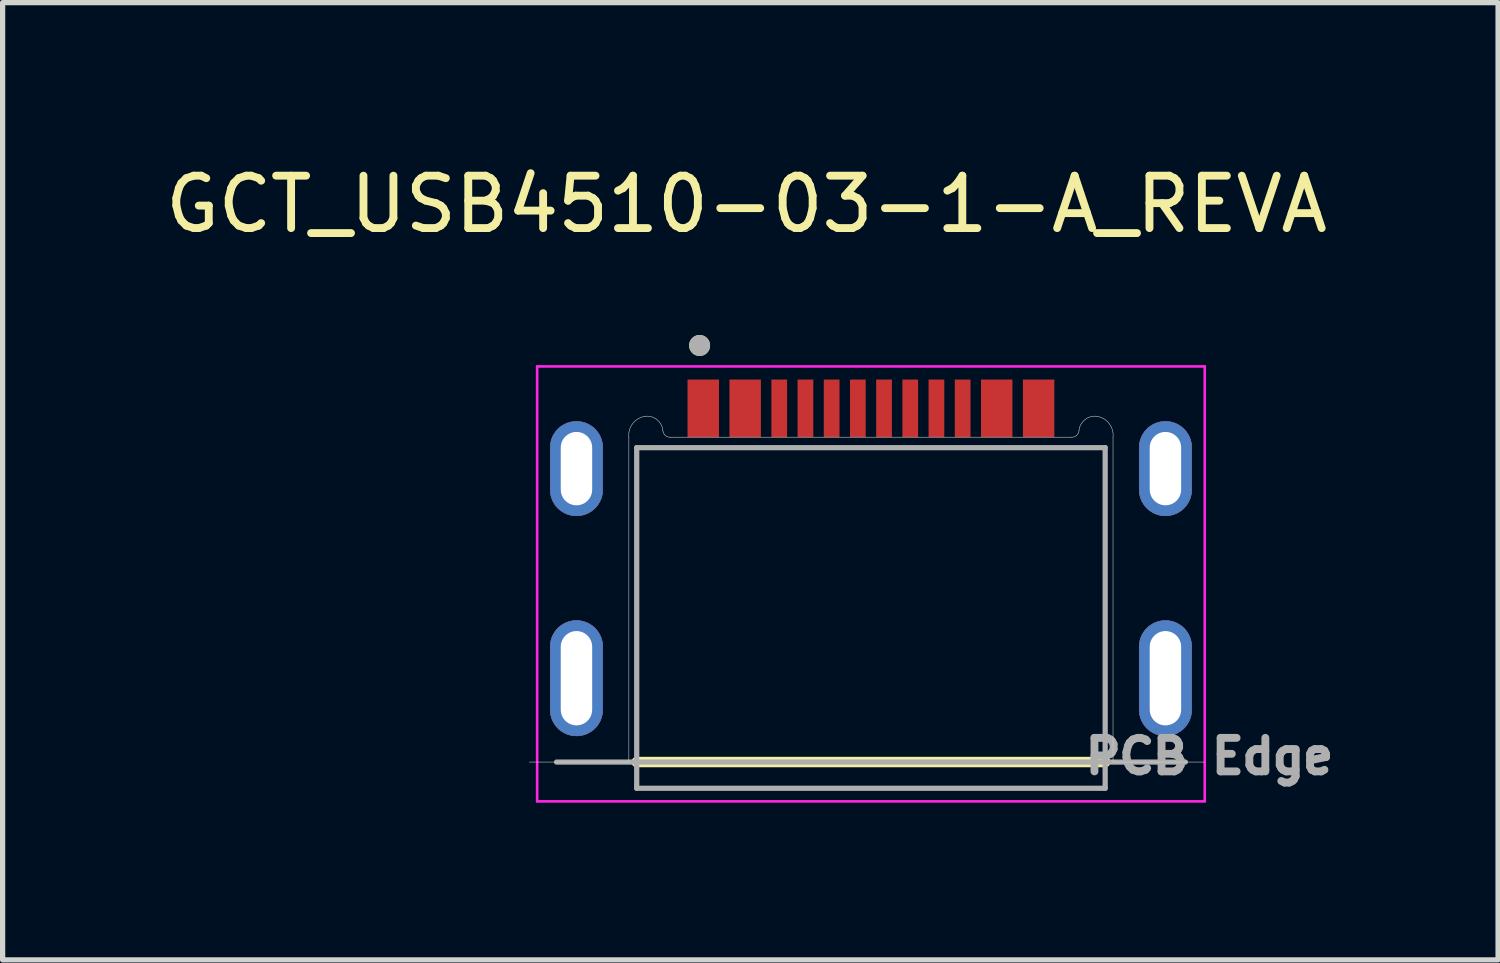
<source format=kicad_pcb>
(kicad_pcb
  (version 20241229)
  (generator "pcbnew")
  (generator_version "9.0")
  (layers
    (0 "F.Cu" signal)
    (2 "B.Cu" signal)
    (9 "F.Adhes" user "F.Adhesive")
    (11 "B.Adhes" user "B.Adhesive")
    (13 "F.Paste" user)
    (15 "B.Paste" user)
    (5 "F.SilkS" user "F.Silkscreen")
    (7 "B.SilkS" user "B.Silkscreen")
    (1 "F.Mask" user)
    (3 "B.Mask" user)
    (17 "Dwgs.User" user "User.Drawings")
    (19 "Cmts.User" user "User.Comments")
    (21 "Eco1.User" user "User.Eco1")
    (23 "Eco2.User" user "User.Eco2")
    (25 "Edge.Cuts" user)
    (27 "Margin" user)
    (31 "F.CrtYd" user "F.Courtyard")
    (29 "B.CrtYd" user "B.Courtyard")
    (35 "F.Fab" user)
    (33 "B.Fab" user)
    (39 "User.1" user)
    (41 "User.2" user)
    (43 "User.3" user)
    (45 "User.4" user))
  (footprint "GCT_USB4510-03-1-A_REVA"
    (layer "F.Cu")
    (at 13.571 9.893)
    (property "Reference" "GCT_USB4510-03-1-A_REVA" (at -2.375 -9.045 0) (layer "F.SilkS") (effects (font (size 1 1) (thickness 0.15))))
    (attr through_hole)
    (fp_poly (pts (xy -5.62 -3.1) (xy -5.646 -3.101) (xy -5.672 -3.103) (xy -5.698 -3.106) (xy -5.724 -3.111) (xy -5.749 -3.117) (xy -5.775 -3.124) (xy -5.799 -3.133) (xy -5.823 -3.143) (xy -5.847 -3.154) (xy -5.87 -3.167) (xy -5.892 -3.181) (xy -5.914 -3.195) (xy -5.935 -3.211) (xy -5.955 -3.228) (xy -5.974 -3.246) (xy -5.992 -3.265) (xy -6.009 -3.285) (xy -6.025 -3.306) (xy -6.039 -3.328) (xy -6.053 -3.35) (xy -6.066 -3.373) (xy -6.077 -3.397) (xy -6.087 -3.421) (xy -6.096 -3.445) (xy -6.103 -3.471) (xy -6.109 -3.496) (xy -6.114 -3.522) (xy -6.117 -3.548) (xy -6.119 -3.574) (xy -6.12 -3.6) (xy -6.12 -4.4) (xy -6.119 -4.426) (xy -6.117 -4.452) (xy -6.114 -4.478) (xy -6.109 -4.504) (xy -6.103 -4.529) (xy -6.096 -4.555) (xy -6.087 -4.579) (xy -6.077 -4.603) (xy -6.066 -4.627) (xy -6.053 -4.65) (xy -6.039 -4.672) (xy -6.025 -4.694) (xy -6.009 -4.715) (xy -5.992 -4.735) (xy -5.974 -4.754) (xy -5.955 -4.772) (xy -5.935 -4.789) (xy -5.914 -4.805) (xy -5.892 -4.819) (xy -5.87 -4.833) (xy -5.847 -4.846) (xy -5.823 -4.857) (xy -5.799 -4.867) (xy -5.775 -4.876) (xy -5.749 -4.883) (xy -5.724 -4.889) (xy -5.698 -4.894) (xy -5.672 -4.897) (xy -5.646 -4.899) (xy -5.62 -4.9) (xy -5.594 -4.899) (xy -5.568 -4.897) (xy -5.542 -4.894) (xy -5.516 -4.889) (xy -5.491 -4.883) (xy -5.465 -4.876) (xy -5.441 -4.867) (xy -5.417 -4.857) (xy -5.393 -4.846) (xy -5.37 -4.833) (xy -5.348 -4.819) (xy -5.326 -4.805) (xy -5.305 -4.789) (xy -5.285 -4.772) (xy -5.266 -4.754) (xy -5.248 -4.735) (xy -5.231 -4.715) (xy -5.215 -4.694) (xy -5.201 -4.672) (xy -5.187 -4.65) (xy -5.174 -4.627) (xy -5.163 -4.603) (xy -5.153 -4.579) (xy -5.144 -4.555) (xy -5.137 -4.529) (xy -5.131 -4.504) (xy -5.126 -4.478) (xy -5.123 -4.452) (xy -5.121 -4.426) (xy -5.12 -4.4) (xy -5.12 -3.6) (xy -5.121 -3.574) (xy -5.123 -3.548) (xy -5.126 -3.522) (xy -5.131 -3.496) (xy -5.137 -3.471) (xy -5.144 -3.445) (xy -5.153 -3.421) (xy -5.163 -3.397) (xy -5.174 -3.373) (xy -5.187 -3.35) (xy -5.201 -3.328) (xy -5.215 -3.306) (xy -5.231 -3.285) (xy -5.248 -3.265) (xy -5.266 -3.246) (xy -5.285 -3.228) (xy -5.305 -3.211) (xy -5.326 -3.195) (xy -5.348 -3.181) (xy -5.37 -3.167) (xy -5.393 -3.154) (xy -5.417 -3.143) (xy -5.441 -3.133) (xy -5.465 -3.124) (xy -5.491 -3.117) (xy -5.516 -3.111) (xy -5.542 -3.106) (xy -5.568 -3.103) (xy -5.594 -3.101) (xy -5.62 -3.1)) (stroke (width 0.01) (type solid)) (fill yes) (layer "F.Cu"))
    (fp_poly (pts (xy -5.62 1.1) (xy -5.646 1.099) (xy -5.672 1.097) (xy -5.698 1.094) (xy -5.724 1.089) (xy -5.749 1.083) (xy -5.775 1.076) (xy -5.799 1.067) (xy -5.823 1.057) (xy -5.847 1.046) (xy -5.87 1.033) (xy -5.892 1.019) (xy -5.914 1.005) (xy -5.935 0.989) (xy -5.955 0.972) (xy -5.974 0.954) (xy -5.992 0.935) (xy -6.009 0.915) (xy -6.025 0.894) (xy -6.039 0.872) (xy -6.053 0.85) (xy -6.066 0.827) (xy -6.077 0.803) (xy -6.087 0.779) (xy -6.096 0.755) (xy -6.103 0.729) (xy -6.109 0.704) (xy -6.114 0.678) (xy -6.117 0.652) (xy -6.119 0.626) (xy -6.12 0.6) (xy -6.12 -0.6) (xy -6.119 -0.626) (xy -6.117 -0.652) (xy -6.114 -0.678) (xy -6.109 -0.704) (xy -6.103 -0.729) (xy -6.096 -0.755) (xy -6.087 -0.779) (xy -6.077 -0.803) (xy -6.066 -0.827) (xy -6.053 -0.85) (xy -6.039 -0.872) (xy -6.025 -0.894) (xy -6.009 -0.915) (xy -5.992 -0.935) (xy -5.974 -0.954) (xy -5.955 -0.972) (xy -5.935 -0.989) (xy -5.914 -1.005) (xy -5.892 -1.019) (xy -5.87 -1.033) (xy -5.847 -1.046) (xy -5.823 -1.057) (xy -5.799 -1.067) (xy -5.775 -1.076) (xy -5.749 -1.083) (xy -5.724 -1.089) (xy -5.698 -1.094) (xy -5.672 -1.097) (xy -5.646 -1.099) (xy -5.62 -1.1) (xy -5.594 -1.099) (xy -5.568 -1.097) (xy -5.542 -1.094) (xy -5.516 -1.089) (xy -5.491 -1.083) (xy -5.465 -1.076) (xy -5.441 -1.067) (xy -5.417 -1.057) (xy -5.393 -1.046) (xy -5.37 -1.033) (xy -5.348 -1.019) (xy -5.326 -1.005) (xy -5.305 -0.989) (xy -5.285 -0.972) (xy -5.266 -0.954) (xy -5.248 -0.935) (xy -5.231 -0.915) (xy -5.215 -0.894) (xy -5.201 -0.872) (xy -5.187 -0.85) (xy -5.174 -0.827) (xy -5.163 -0.803) (xy -5.153 -0.779) (xy -5.144 -0.755) (xy -5.137 -0.729) (xy -5.131 -0.704) (xy -5.126 -0.678) (xy -5.123 -0.652) (xy -5.121 -0.626) (xy -5.12 -0.6) (xy -5.12 0.6) (xy -5.121 0.626) (xy -5.123 0.652) (xy -5.126 0.678) (xy -5.131 0.704) (xy -5.137 0.729) (xy -5.144 0.755) (xy -5.153 0.779) (xy -5.163 0.803) (xy -5.174 0.827) (xy -5.187 0.85) (xy -5.201 0.872) (xy -5.215 0.894) (xy -5.231 0.915) (xy -5.248 0.935) (xy -5.266 0.954) (xy -5.285 0.972) (xy -5.305 0.989) (xy -5.326 1.005) (xy -5.348 1.019) (xy -5.37 1.033) (xy -5.393 1.046) (xy -5.417 1.057) (xy -5.441 1.067) (xy -5.465 1.076) (xy -5.491 1.083) (xy -5.516 1.089) (xy -5.542 1.094) (xy -5.568 1.097) (xy -5.594 1.099) (xy -5.62 1.1)) (stroke (width 0.01) (type solid)) (fill yes) (layer "F.Cu"))
    (fp_poly (pts (xy 5.62 -3.1) (xy 5.594 -3.101) (xy 5.568 -3.103) (xy 5.542 -3.106) (xy 5.516 -3.111) (xy 5.491 -3.117) (xy 5.465 -3.124) (xy 5.441 -3.133) (xy 5.417 -3.143) (xy 5.393 -3.154) (xy 5.37 -3.167) (xy 5.348 -3.181) (xy 5.326 -3.195) (xy 5.305 -3.211) (xy 5.285 -3.228) (xy 5.266 -3.246) (xy 5.248 -3.265) (xy 5.231 -3.285) (xy 5.215 -3.306) (xy 5.201 -3.328) (xy 5.187 -3.35) (xy 5.174 -3.373) (xy 5.163 -3.397) (xy 5.153 -3.421) (xy 5.144 -3.445) (xy 5.137 -3.471) (xy 5.131 -3.496) (xy 5.126 -3.522) (xy 5.123 -3.548) (xy 5.121 -3.574) (xy 5.12 -3.6) (xy 5.12 -4.4) (xy 5.121 -4.426) (xy 5.123 -4.452) (xy 5.126 -4.478) (xy 5.131 -4.504) (xy 5.137 -4.529) (xy 5.144 -4.555) (xy 5.153 -4.579) (xy 5.163 -4.603) (xy 5.174 -4.627) (xy 5.187 -4.65) (xy 5.201 -4.672) (xy 5.215 -4.694) (xy 5.231 -4.715) (xy 5.248 -4.735) (xy 5.266 -4.754) (xy 5.285 -4.772) (xy 5.305 -4.789) (xy 5.326 -4.805) (xy 5.348 -4.819) (xy 5.37 -4.833) (xy 5.393 -4.846) (xy 5.417 -4.857) (xy 5.441 -4.867) (xy 5.465 -4.876) (xy 5.491 -4.883) (xy 5.516 -4.889) (xy 5.542 -4.894) (xy 5.568 -4.897) (xy 5.594 -4.899) (xy 5.62 -4.9) (xy 5.646 -4.899) (xy 5.672 -4.897) (xy 5.698 -4.894) (xy 5.724 -4.889) (xy 5.749 -4.883) (xy 5.775 -4.876) (xy 5.799 -4.867) (xy 5.823 -4.857) (xy 5.847 -4.846) (xy 5.87 -4.833) (xy 5.892 -4.819) (xy 5.914 -4.805) (xy 5.935 -4.789) (xy 5.955 -4.772) (xy 5.974 -4.754) (xy 5.992 -4.735) (xy 6.009 -4.715) (xy 6.025 -4.694) (xy 6.039 -4.672) (xy 6.053 -4.65) (xy 6.066 -4.627) (xy 6.077 -4.603) (xy 6.087 -4.579) (xy 6.096 -4.555) (xy 6.103 -4.529) (xy 6.109 -4.504) (xy 6.114 -4.478) (xy 6.117 -4.452) (xy 6.119 -4.426) (xy 6.12 -4.4) (xy 6.12 -3.6) (xy 6.119 -3.574) (xy 6.117 -3.548) (xy 6.114 -3.522) (xy 6.109 -3.496) (xy 6.103 -3.471) (xy 6.096 -3.445) (xy 6.087 -3.421) (xy 6.077 -3.397) (xy 6.066 -3.373) (xy 6.053 -3.35) (xy 6.039 -3.328) (xy 6.025 -3.306) (xy 6.009 -3.285) (xy 5.992 -3.265) (xy 5.974 -3.246) (xy 5.955 -3.228) (xy 5.935 -3.211) (xy 5.914 -3.195) (xy 5.892 -3.181) (xy 5.87 -3.167) (xy 5.847 -3.154) (xy 5.823 -3.143) (xy 5.799 -3.133) (xy 5.775 -3.124) (xy 5.749 -3.117) (xy 5.724 -3.111) (xy 5.698 -3.106) (xy 5.672 -3.103) (xy 5.646 -3.101) (xy 5.62 -3.1)) (stroke (width 0.01) (type solid)) (fill yes) (layer "F.Cu"))
    (fp_poly (pts (xy 5.62 1.1) (xy 5.594 1.099) (xy 5.568 1.097) (xy 5.542 1.094) (xy 5.516 1.089) (xy 5.491 1.083) (xy 5.465 1.076) (xy 5.441 1.067) (xy 5.417 1.057) (xy 5.393 1.046) (xy 5.37 1.033) (xy 5.348 1.019) (xy 5.326 1.005) (xy 5.305 0.989) (xy 5.285 0.972) (xy 5.266 0.954) (xy 5.248 0.935) (xy 5.231 0.915) (xy 5.215 0.894) (xy 5.201 0.872) (xy 5.187 0.85) (xy 5.174 0.827) (xy 5.163 0.803) (xy 5.153 0.779) (xy 5.144 0.755) (xy 5.137 0.729) (xy 5.131 0.704) (xy 5.126 0.678) (xy 5.123 0.652) (xy 5.121 0.626) (xy 5.12 0.6) (xy 5.12 -0.6) (xy 5.121 -0.626) (xy 5.123 -0.652) (xy 5.126 -0.678) (xy 5.131 -0.704) (xy 5.137 -0.729) (xy 5.144 -0.755) (xy 5.153 -0.779) (xy 5.163 -0.803) (xy 5.174 -0.827) (xy 5.187 -0.85) (xy 5.201 -0.872) (xy 5.215 -0.894) (xy 5.231 -0.915) (xy 5.248 -0.935) (xy 5.266 -0.954) (xy 5.285 -0.972) (xy 5.305 -0.989) (xy 5.326 -1.005) (xy 5.348 -1.019) (xy 5.37 -1.033) (xy 5.393 -1.046) (xy 5.417 -1.057) (xy 5.441 -1.067) (xy 5.465 -1.076) (xy 5.491 -1.083) (xy 5.516 -1.089) (xy 5.542 -1.094) (xy 5.568 -1.097) (xy 5.594 -1.099) (xy 5.62 -1.1) (xy 5.646 -1.099) (xy 5.672 -1.097) (xy 5.698 -1.094) (xy 5.724 -1.089) (xy 5.749 -1.083) (xy 5.775 -1.076) (xy 5.799 -1.067) (xy 5.823 -1.057) (xy 5.847 -1.046) (xy 5.87 -1.033) (xy 5.892 -1.019) (xy 5.914 -1.005) (xy 5.935 -0.989) (xy 5.955 -0.972) (xy 5.974 -0.954) (xy 5.992 -0.935) (xy 6.009 -0.915) (xy 6.025 -0.894) (xy 6.039 -0.872) (xy 6.053 -0.85) (xy 6.066 -0.827) (xy 6.077 -0.803) (xy 6.087 -0.779) (xy 6.096 -0.755) (xy 6.103 -0.729) (xy 6.109 -0.704) (xy 6.114 -0.678) (xy 6.117 -0.652) (xy 6.119 -0.626) (xy 6.12 -0.6) (xy 6.12 0.6) (xy 6.119 0.626) (xy 6.117 0.652) (xy 6.114 0.678) (xy 6.109 0.704) (xy 6.103 0.729) (xy 6.096 0.755) (xy 6.087 0.779) (xy 6.077 0.803) (xy 6.066 0.827) (xy 6.053 0.85) (xy 6.039 0.872) (xy 6.025 0.894) (xy 6.009 0.915) (xy 5.992 0.935) (xy 5.974 0.954) (xy 5.955 0.972) (xy 5.935 0.989) (xy 5.914 1.005) (xy 5.892 1.019) (xy 5.87 1.033) (xy 5.847 1.046) (xy 5.823 1.057) (xy 5.799 1.067) (xy 5.775 1.076) (xy 5.749 1.083) (xy 5.724 1.089) (xy 5.698 1.094) (xy 5.672 1.097) (xy 5.646 1.099) (xy 5.62 1.1)) (stroke (width 0.01) (type solid)) (fill yes) (layer "F.Cu"))
    (fp_poly (pts (xy -6.22 -3.6) (xy -6.22 -4.4) (xy -6.219 -4.431) (xy -6.217 -4.463) (xy -6.213 -4.494) (xy -6.207 -4.525) (xy -6.2 -4.555) (xy -6.191 -4.585) (xy -6.18 -4.615) (xy -6.168 -4.644) (xy -6.155 -4.672) (xy -6.14 -4.7) (xy -6.123 -4.727) (xy -6.105 -4.753) (xy -6.086 -4.778) (xy -6.066 -4.801) (xy -6.044 -4.824) (xy -6.021 -4.846) (xy -5.998 -4.866) (xy -5.973 -4.885) (xy -5.947 -4.903) (xy -5.92 -4.92) (xy -5.892 -4.935) (xy -5.864 -4.948) (xy -5.835 -4.96) (xy -5.805 -4.971) (xy -5.775 -4.98) (xy -5.745 -4.987) (xy -5.714 -4.993) (xy -5.683 -4.997) (xy -5.651 -4.999) (xy -5.62 -5) (xy -5.589 -4.999) (xy -5.557 -4.997) (xy -5.526 -4.993) (xy -5.495 -4.987) (xy -5.465 -4.98) (xy -5.435 -4.971) (xy -5.405 -4.96) (xy -5.376 -4.948) (xy -5.348 -4.935) (xy -5.32 -4.92) (xy -5.293 -4.903) (xy -5.267 -4.885) (xy -5.242 -4.866) (xy -5.219 -4.846) (xy -5.196 -4.824) (xy -5.174 -4.801) (xy -5.154 -4.778) (xy -5.135 -4.753) (xy -5.117 -4.727) (xy -5.1 -4.7) (xy -5.085 -4.672) (xy -5.072 -4.644) (xy -5.06 -4.615) (xy -5.049 -4.585) (xy -5.04 -4.555) (xy -5.033 -4.525) (xy -5.027 -4.494) (xy -5.023 -4.463) (xy -5.021 -4.431) (xy -5.02 -4.4) (xy -5.02 -3.6) (xy -5.021 -3.569) (xy -5.023 -3.537) (xy -5.027 -3.506) (xy -5.033 -3.475) (xy -5.04 -3.445) (xy -5.049 -3.415) (xy -5.06 -3.385) (xy -5.072 -3.356) (xy -5.085 -3.328) (xy -5.1 -3.3) (xy -5.117 -3.273) (xy -5.135 -3.247) (xy -5.154 -3.222) (xy -5.174 -3.199) (xy -5.196 -3.176) (xy -5.219 -3.154) (xy -5.242 -3.134) (xy -5.267 -3.115) (xy -5.293 -3.097) (xy -5.32 -3.08) (xy -5.348 -3.065) (xy -5.376 -3.052) (xy -5.405 -3.04) (xy -5.435 -3.029) (xy -5.465 -3.02) (xy -5.495 -3.013) (xy -5.526 -3.007) (xy -5.557 -3.003) (xy -5.589 -3.001) (xy -5.62 -3) (xy -5.651 -3.001) (xy -5.683 -3.003) (xy -5.714 -3.007) (xy -5.745 -3.013) (xy -5.775 -3.02) (xy -5.805 -3.029) (xy -5.835 -3.04) (xy -5.864 -3.052) (xy -5.892 -3.065) (xy -5.92 -3.08) (xy -5.947 -3.097) (xy -5.973 -3.115) (xy -5.998 -3.134) (xy -6.021 -3.154) (xy -6.044 -3.176) (xy -6.066 -3.199) (xy -6.086 -3.222) (xy -6.105 -3.247) (xy -6.123 -3.273) (xy -6.14 -3.3) (xy -6.155 -3.328) (xy -6.168 -3.356) (xy -6.18 -3.385) (xy -6.191 -3.415) (xy -6.2 -3.445) (xy -6.207 -3.475) (xy -6.213 -3.506) (xy -6.217 -3.537) (xy -6.219 -3.569) (xy -6.22 -3.6)) (stroke (width 0.01) (type solid)) (fill yes) (layer "F.Mask"))
    (fp_poly (pts (xy -6.22 0.6) (xy -6.22 -0.6) (xy -6.219 -0.631) (xy -6.217 -0.663) (xy -6.213 -0.694) (xy -6.207 -0.725) (xy -6.2 -0.755) (xy -6.191 -0.785) (xy -6.18 -0.815) (xy -6.168 -0.844) (xy -6.155 -0.872) (xy -6.14 -0.9) (xy -6.123 -0.927) (xy -6.105 -0.953) (xy -6.086 -0.978) (xy -6.066 -1.001) (xy -6.044 -1.024) (xy -6.021 -1.046) (xy -5.998 -1.066) (xy -5.973 -1.085) (xy -5.947 -1.103) (xy -5.92 -1.12) (xy -5.892 -1.135) (xy -5.864 -1.148) (xy -5.835 -1.16) (xy -5.805 -1.171) (xy -5.775 -1.18) (xy -5.745 -1.187) (xy -5.714 -1.193) (xy -5.683 -1.197) (xy -5.651 -1.199) (xy -5.62 -1.2) (xy -5.589 -1.199) (xy -5.557 -1.197) (xy -5.526 -1.193) (xy -5.495 -1.187) (xy -5.465 -1.18) (xy -5.435 -1.171) (xy -5.405 -1.16) (xy -5.376 -1.148) (xy -5.348 -1.135) (xy -5.32 -1.12) (xy -5.293 -1.103) (xy -5.267 -1.085) (xy -5.242 -1.066) (xy -5.219 -1.046) (xy -5.196 -1.024) (xy -5.174 -1.001) (xy -5.154 -0.978) (xy -5.135 -0.953) (xy -5.117 -0.927) (xy -5.1 -0.9) (xy -5.085 -0.872) (xy -5.072 -0.844) (xy -5.06 -0.815) (xy -5.049 -0.785) (xy -5.04 -0.755) (xy -5.033 -0.725) (xy -5.027 -0.694) (xy -5.023 -0.663) (xy -5.021 -0.631) (xy -5.02 -0.6) (xy -5.02 0.6) (xy -5.021 0.631) (xy -5.023 0.663) (xy -5.027 0.694) (xy -5.033 0.725) (xy -5.04 0.755) (xy -5.049 0.785) (xy -5.06 0.815) (xy -5.072 0.844) (xy -5.085 0.872) (xy -5.1 0.9) (xy -5.117 0.927) (xy -5.135 0.953) (xy -5.154 0.978) (xy -5.174 1.001) (xy -5.196 1.024) (xy -5.219 1.046) (xy -5.242 1.066) (xy -5.267 1.085) (xy -5.293 1.103) (xy -5.32 1.12) (xy -5.348 1.135) (xy -5.376 1.148) (xy -5.405 1.16) (xy -5.435 1.171) (xy -5.465 1.18) (xy -5.495 1.187) (xy -5.526 1.193) (xy -5.557 1.197) (xy -5.589 1.199) (xy -5.62 1.2) (xy -5.651 1.199) (xy -5.683 1.197) (xy -5.714 1.193) (xy -5.745 1.187) (xy -5.775 1.18) (xy -5.805 1.171) (xy -5.835 1.16) (xy -5.864 1.148) (xy -5.892 1.135) (xy -5.92 1.12) (xy -5.947 1.103) (xy -5.973 1.085) (xy -5.998 1.066) (xy -6.021 1.046) (xy -6.044 1.024) (xy -6.066 1.001) (xy -6.086 0.978) (xy -6.105 0.953) (xy -6.123 0.927) (xy -6.14 0.9) (xy -6.155 0.872) (xy -6.168 0.844) (xy -6.18 0.815) (xy -6.191 0.785) (xy -6.2 0.755) (xy -6.207 0.725) (xy -6.213 0.694) (xy -6.217 0.663) (xy -6.219 0.631) (xy -6.22 0.6)) (stroke (width 0.01) (type solid)) (fill yes) (layer "F.Mask"))
    (fp_poly (pts (xy 5.02 -3.6) (xy 5.02 -4.4) (xy 5.021 -4.431) (xy 5.023 -4.463) (xy 5.027 -4.494) (xy 5.033 -4.525) (xy 5.04 -4.555) (xy 5.049 -4.585) (xy 5.06 -4.615) (xy 5.072 -4.644) (xy 5.085 -4.672) (xy 5.1 -4.7) (xy 5.117 -4.727) (xy 5.135 -4.753) (xy 5.154 -4.778) (xy 5.174 -4.801) (xy 5.196 -4.824) (xy 5.219 -4.846) (xy 5.242 -4.866) (xy 5.267 -4.885) (xy 5.293 -4.903) (xy 5.32 -4.92) (xy 5.348 -4.935) (xy 5.376 -4.948) (xy 5.405 -4.96) (xy 5.435 -4.971) (xy 5.465 -4.98) (xy 5.495 -4.987) (xy 5.526 -4.993) (xy 5.557 -4.997) (xy 5.589 -4.999) (xy 5.62 -5) (xy 5.651 -4.999) (xy 5.683 -4.997) (xy 5.714 -4.993) (xy 5.745 -4.987) (xy 5.775 -4.98) (xy 5.805 -4.971) (xy 5.835 -4.96) (xy 5.864 -4.948) (xy 5.892 -4.935) (xy 5.92 -4.92) (xy 5.947 -4.903) (xy 5.973 -4.885) (xy 5.998 -4.866) (xy 6.021 -4.846) (xy 6.044 -4.824) (xy 6.066 -4.801) (xy 6.086 -4.778) (xy 6.105 -4.753) (xy 6.123 -4.727) (xy 6.14 -4.7) (xy 6.155 -4.672) (xy 6.168 -4.644) (xy 6.18 -4.615) (xy 6.191 -4.585) (xy 6.2 -4.555) (xy 6.207 -4.525) (xy 6.213 -4.494) (xy 6.217 -4.463) (xy 6.219 -4.431) (xy 6.22 -4.4) (xy 6.22 -3.6) (xy 6.219 -3.569) (xy 6.217 -3.537) (xy 6.213 -3.506) (xy 6.207 -3.475) (xy 6.2 -3.445) (xy 6.191 -3.415) (xy 6.18 -3.385) (xy 6.168 -3.356) (xy 6.155 -3.328) (xy 6.14 -3.3) (xy 6.123 -3.273) (xy 6.105 -3.247) (xy 6.086 -3.222) (xy 6.066 -3.199) (xy 6.044 -3.176) (xy 6.021 -3.154) (xy 5.998 -3.134) (xy 5.973 -3.115) (xy 5.947 -3.097) (xy 5.92 -3.08) (xy 5.892 -3.065) (xy 5.864 -3.052) (xy 5.835 -3.04) (xy 5.805 -3.029) (xy 5.775 -3.02) (xy 5.745 -3.013) (xy 5.714 -3.007) (xy 5.683 -3.003) (xy 5.651 -3.001) (xy 5.62 -3) (xy 5.589 -3.001) (xy 5.557 -3.003) (xy 5.526 -3.007) (xy 5.495 -3.013) (xy 5.465 -3.02) (xy 5.435 -3.029) (xy 5.405 -3.04) (xy 5.376 -3.052) (xy 5.348 -3.065) (xy 5.32 -3.08) (xy 5.293 -3.097) (xy 5.267 -3.115) (xy 5.242 -3.134) (xy 5.219 -3.154) (xy 5.196 -3.176) (xy 5.174 -3.199) (xy 5.154 -3.222) (xy 5.135 -3.247) (xy 5.117 -3.273) (xy 5.1 -3.3) (xy 5.085 -3.328) (xy 5.072 -3.356) (xy 5.06 -3.385) (xy 5.049 -3.415) (xy 5.04 -3.445) (xy 5.033 -3.475) (xy 5.027 -3.506) (xy 5.023 -3.537) (xy 5.021 -3.569) (xy 5.02 -3.6)) (stroke (width 0.01) (type solid)) (fill yes) (layer "F.Mask"))
    (fp_poly (pts (xy 5.02 0) (xy 5.02 -0.6) (xy 5.021 -0.631) (xy 5.023 -0.663) (xy 5.027 -0.694) (xy 5.033 -0.725) (xy 5.04 -0.755) (xy 5.049 -0.785) (xy 5.06 -0.815) (xy 5.072 -0.844) (xy 5.085 -0.872) (xy 5.1 -0.9) (xy 5.117 -0.927) (xy 5.135 -0.953) (xy 5.154 -0.978) (xy 5.174 -1.001) (xy 5.196 -1.024) (xy 5.219 -1.046) (xy 5.242 -1.066) (xy 5.267 -1.085) (xy 5.293 -1.103) (xy 5.32 -1.12) (xy 5.348 -1.135) (xy 5.376 -1.148) (xy 5.405 -1.16) (xy 5.435 -1.171) (xy 5.465 -1.18) (xy 5.495 -1.187) (xy 5.526 -1.193) (xy 5.557 -1.197) (xy 5.589 -1.199) (xy 5.62 -1.2) (xy 5.651 -1.199) (xy 5.683 -1.197) (xy 5.714 -1.193) (xy 5.745 -1.187) (xy 5.775 -1.18) (xy 5.805 -1.171) (xy 5.835 -1.16) (xy 5.864 -1.148) (xy 5.892 -1.135) (xy 5.92 -1.12) (xy 5.947 -1.103) (xy 5.973 -1.085) (xy 5.998 -1.066) (xy 6.021 -1.046) (xy 6.044 -1.024) (xy 6.066 -1.001) (xy 6.086 -0.978) (xy 6.105 -0.953) (xy 6.123 -0.927) (xy 6.14 -0.9) (xy 6.155 -0.872) (xy 6.168 -0.844) (xy 6.18 -0.815) (xy 6.191 -0.785) (xy 6.2 -0.755) (xy 6.207 -0.725) (xy 6.213 -0.694) (xy 6.217 -0.663) (xy 6.219 -0.631) (xy 6.22 -0.6) (xy 6.22 0) (xy 6.22 0.6) (xy 6.219 0.631) (xy 6.217 0.663) (xy 6.213 0.694) (xy 6.207 0.725) (xy 6.2 0.755) (xy 6.191 0.785) (xy 6.18 0.815) (xy 6.168 0.844) (xy 6.155 0.872) (xy 6.14 0.9) (xy 6.123 0.927) (xy 6.105 0.953) (xy 6.086 0.978) (xy 6.066 1.001) (xy 6.044 1.024) (xy 6.021 1.046) (xy 5.998 1.066) (xy 5.973 1.085) (xy 5.947 1.103) (xy 5.92 1.12) (xy 5.892 1.135) (xy 5.864 1.148) (xy 5.835 1.16) (xy 5.805 1.171) (xy 5.775 1.18) (xy 5.745 1.187) (xy 5.714 1.193) (xy 5.683 1.197) (xy 5.651 1.199) (xy 5.62 1.2) (xy 5.589 1.199) (xy 5.557 1.197) (xy 5.526 1.193) (xy 5.495 1.187) (xy 5.465 1.18) (xy 5.435 1.171) (xy 5.405 1.16) (xy 5.376 1.148) (xy 5.348 1.135) (xy 5.32 1.12) (xy 5.293 1.103) (xy 5.267 1.085) (xy 5.242 1.066) (xy 5.219 1.046) (xy 5.196 1.024) (xy 5.174 1.001) (xy 5.154 0.978) (xy 5.135 0.953) (xy 5.117 0.927) (xy 5.1 0.9) (xy 5.085 0.872) (xy 5.072 0.844) (xy 5.06 0.815) (xy 5.049 0.785) (xy 5.04 0.755) (xy 5.033 0.725) (xy 5.027 0.694) (xy 5.023 0.663) (xy 5.021 0.631) (xy 5.02 0.6) (xy 5.02 0)) (stroke (width 0.01) (type solid)) (fill yes) (layer "F.Mask"))
    (fp_poly (pts (xy -5.62 -3.1) (xy -5.646 -3.101) (xy -5.672 -3.103) (xy -5.698 -3.106) (xy -5.724 -3.111) (xy -5.749 -3.117) (xy -5.775 -3.124) (xy -5.799 -3.133) (xy -5.823 -3.143) (xy -5.847 -3.154) (xy -5.87 -3.167) (xy -5.892 -3.181) (xy -5.914 -3.195) (xy -5.935 -3.211) (xy -5.955 -3.228) (xy -5.974 -3.246) (xy -5.992 -3.265) (xy -6.009 -3.285) (xy -6.025 -3.306) (xy -6.039 -3.328) (xy -6.053 -3.35) (xy -6.066 -3.373) (xy -6.077 -3.397) (xy -6.087 -3.421) (xy -6.096 -3.445) (xy -6.103 -3.471) (xy -6.109 -3.496) (xy -6.114 -3.522) (xy -6.117 -3.548) (xy -6.119 -3.574) (xy -6.12 -3.6) (xy -6.12 -4.4) (xy -6.119 -4.426) (xy -6.117 -4.452) (xy -6.114 -4.478) (xy -6.109 -4.504) (xy -6.103 -4.529) (xy -6.096 -4.555) (xy -6.087 -4.579) (xy -6.077 -4.603) (xy -6.066 -4.627) (xy -6.053 -4.65) (xy -6.039 -4.672) (xy -6.025 -4.694) (xy -6.009 -4.715) (xy -5.992 -4.735) (xy -5.974 -4.754) (xy -5.955 -4.772) (xy -5.935 -4.789) (xy -5.914 -4.805) (xy -5.892 -4.819) (xy -5.87 -4.833) (xy -5.847 -4.846) (xy -5.823 -4.857) (xy -5.799 -4.867) (xy -5.775 -4.876) (xy -5.749 -4.883) (xy -5.724 -4.889) (xy -5.698 -4.894) (xy -5.672 -4.897) (xy -5.646 -4.899) (xy -5.62 -4.9) (xy -5.594 -4.899) (xy -5.568 -4.897) (xy -5.542 -4.894) (xy -5.516 -4.889) (xy -5.491 -4.883) (xy -5.465 -4.876) (xy -5.441 -4.867) (xy -5.417 -4.857) (xy -5.393 -4.846) (xy -5.37 -4.833) (xy -5.348 -4.819) (xy -5.326 -4.805) (xy -5.305 -4.789) (xy -5.285 -4.772) (xy -5.266 -4.754) (xy -5.248 -4.735) (xy -5.231 -4.715) (xy -5.215 -4.694) (xy -5.201 -4.672) (xy -5.187 -4.65) (xy -5.174 -4.627) (xy -5.163 -4.603) (xy -5.153 -4.579) (xy -5.144 -4.555) (xy -5.137 -4.529) (xy -5.131 -4.504) (xy -5.126 -4.478) (xy -5.123 -4.452) (xy -5.121 -4.426) (xy -5.12 -4.4) (xy -5.12 -3.6) (xy -5.121 -3.574) (xy -5.123 -3.548) (xy -5.126 -3.522) (xy -5.131 -3.496) (xy -5.137 -3.471) (xy -5.144 -3.445) (xy -5.153 -3.421) (xy -5.163 -3.397) (xy -5.174 -3.373) (xy -5.187 -3.35) (xy -5.201 -3.328) (xy -5.215 -3.306) (xy -5.231 -3.285) (xy -5.248 -3.265) (xy -5.266 -3.246) (xy -5.285 -3.228) (xy -5.305 -3.211) (xy -5.326 -3.195) (xy -5.348 -3.181) (xy -5.37 -3.167) (xy -5.393 -3.154) (xy -5.417 -3.143) (xy -5.441 -3.133) (xy -5.465 -3.124) (xy -5.491 -3.117) (xy -5.516 -3.111) (xy -5.542 -3.106) (xy -5.568 -3.103) (xy -5.594 -3.101) (xy -5.62 -3.1)) (stroke (width 0.01) (type solid)) (fill yes) (layer "B.Cu"))
    (fp_poly (pts (xy -5.62 1.1) (xy -5.646 1.099) (xy -5.672 1.097) (xy -5.698 1.094) (xy -5.724 1.089) (xy -5.749 1.083) (xy -5.775 1.076) (xy -5.799 1.067) (xy -5.823 1.057) (xy -5.847 1.046) (xy -5.87 1.033) (xy -5.892 1.019) (xy -5.914 1.005) (xy -5.935 0.989) (xy -5.955 0.972) (xy -5.974 0.954) (xy -5.992 0.935) (xy -6.009 0.915) (xy -6.025 0.894) (xy -6.039 0.872) (xy -6.053 0.85) (xy -6.066 0.827) (xy -6.077 0.803) (xy -6.087 0.779) (xy -6.096 0.755) (xy -6.103 0.729) (xy -6.109 0.704) (xy -6.114 0.678) (xy -6.117 0.652) (xy -6.119 0.626) (xy -6.12 0.6) (xy -6.12 -0.6) (xy -6.119 -0.626) (xy -6.117 -0.652) (xy -6.114 -0.678) (xy -6.109 -0.704) (xy -6.103 -0.729) (xy -6.096 -0.755) (xy -6.087 -0.779) (xy -6.077 -0.803) (xy -6.066 -0.827) (xy -6.053 -0.85) (xy -6.039 -0.872) (xy -6.025 -0.894) (xy -6.009 -0.915) (xy -5.992 -0.935) (xy -5.974 -0.954) (xy -5.955 -0.972) (xy -5.935 -0.989) (xy -5.914 -1.005) (xy -5.892 -1.019) (xy -5.87 -1.033) (xy -5.847 -1.046) (xy -5.823 -1.057) (xy -5.799 -1.067) (xy -5.775 -1.076) (xy -5.749 -1.083) (xy -5.724 -1.089) (xy -5.698 -1.094) (xy -5.672 -1.097) (xy -5.646 -1.099) (xy -5.62 -1.1) (xy -5.594 -1.099) (xy -5.568 -1.097) (xy -5.542 -1.094) (xy -5.516 -1.089) (xy -5.491 -1.083) (xy -5.465 -1.076) (xy -5.441 -1.067) (xy -5.417 -1.057) (xy -5.393 -1.046) (xy -5.37 -1.033) (xy -5.348 -1.019) (xy -5.326 -1.005) (xy -5.305 -0.989) (xy -5.285 -0.972) (xy -5.266 -0.954) (xy -5.248 -0.935) (xy -5.231 -0.915) (xy -5.215 -0.894) (xy -5.201 -0.872) (xy -5.187 -0.85) (xy -5.174 -0.827) (xy -5.163 -0.803) (xy -5.153 -0.779) (xy -5.144 -0.755) (xy -5.137 -0.729) (xy -5.131 -0.704) (xy -5.126 -0.678) (xy -5.123 -0.652) (xy -5.121 -0.626) (xy -5.12 -0.6) (xy -5.12 0.6) (xy -5.121 0.626) (xy -5.123 0.652) (xy -5.126 0.678) (xy -5.131 0.704) (xy -5.137 0.729) (xy -5.144 0.755) (xy -5.153 0.779) (xy -5.163 0.803) (xy -5.174 0.827) (xy -5.187 0.85) (xy -5.201 0.872) (xy -5.215 0.894) (xy -5.231 0.915) (xy -5.248 0.935) (xy -5.266 0.954) (xy -5.285 0.972) (xy -5.305 0.989) (xy -5.326 1.005) (xy -5.348 1.019) (xy -5.37 1.033) (xy -5.393 1.046) (xy -5.417 1.057) (xy -5.441 1.067) (xy -5.465 1.076) (xy -5.491 1.083) (xy -5.516 1.089) (xy -5.542 1.094) (xy -5.568 1.097) (xy -5.594 1.099) (xy -5.62 1.1)) (stroke (width 0.01) (type solid)) (fill yes) (layer "B.Cu"))
    (fp_poly (pts (xy 5.62 -3.1) (xy 5.594 -3.101) (xy 5.568 -3.103) (xy 5.542 -3.106) (xy 5.516 -3.111) (xy 5.491 -3.117) (xy 5.465 -3.124) (xy 5.441 -3.133) (xy 5.417 -3.143) (xy 5.393 -3.154) (xy 5.37 -3.167) (xy 5.348 -3.181) (xy 5.326 -3.195) (xy 5.305 -3.211) (xy 5.285 -3.228) (xy 5.266 -3.246) (xy 5.248 -3.265) (xy 5.231 -3.285) (xy 5.215 -3.306) (xy 5.201 -3.328) (xy 5.187 -3.35) (xy 5.174 -3.373) (xy 5.163 -3.397) (xy 5.153 -3.421) (xy 5.144 -3.445) (xy 5.137 -3.471) (xy 5.131 -3.496) (xy 5.126 -3.522) (xy 5.123 -3.548) (xy 5.121 -3.574) (xy 5.12 -3.6) (xy 5.12 -4.4) (xy 5.121 -4.426) (xy 5.123 -4.452) (xy 5.126 -4.478) (xy 5.131 -4.504) (xy 5.137 -4.529) (xy 5.144 -4.555) (xy 5.153 -4.579) (xy 5.163 -4.603) (xy 5.174 -4.627) (xy 5.187 -4.65) (xy 5.201 -4.672) (xy 5.215 -4.694) (xy 5.231 -4.715) (xy 5.248 -4.735) (xy 5.266 -4.754) (xy 5.285 -4.772) (xy 5.305 -4.789) (xy 5.326 -4.805) (xy 5.348 -4.819) (xy 5.37 -4.833) (xy 5.393 -4.846) (xy 5.417 -4.857) (xy 5.441 -4.867) (xy 5.465 -4.876) (xy 5.491 -4.883) (xy 5.516 -4.889) (xy 5.542 -4.894) (xy 5.568 -4.897) (xy 5.594 -4.899) (xy 5.62 -4.9) (xy 5.646 -4.899) (xy 5.672 -4.897) (xy 5.698 -4.894) (xy 5.724 -4.889) (xy 5.749 -4.883) (xy 5.775 -4.876) (xy 5.799 -4.867) (xy 5.823 -4.857) (xy 5.847 -4.846) (xy 5.87 -4.833) (xy 5.892 -4.819) (xy 5.914 -4.805) (xy 5.935 -4.789) (xy 5.955 -4.772) (xy 5.974 -4.754) (xy 5.992 -4.735) (xy 6.009 -4.715) (xy 6.025 -4.694) (xy 6.039 -4.672) (xy 6.053 -4.65) (xy 6.066 -4.627) (xy 6.077 -4.603) (xy 6.087 -4.579) (xy 6.096 -4.555) (xy 6.103 -4.529) (xy 6.109 -4.504) (xy 6.114 -4.478) (xy 6.117 -4.452) (xy 6.119 -4.426) (xy 6.12 -4.4) (xy 6.12 -3.6) (xy 6.119 -3.574) (xy 6.117 -3.548) (xy 6.114 -3.522) (xy 6.109 -3.496) (xy 6.103 -3.471) (xy 6.096 -3.445) (xy 6.087 -3.421) (xy 6.077 -3.397) (xy 6.066 -3.373) (xy 6.053 -3.35) (xy 6.039 -3.328) (xy 6.025 -3.306) (xy 6.009 -3.285) (xy 5.992 -3.265) (xy 5.974 -3.246) (xy 5.955 -3.228) (xy 5.935 -3.211) (xy 5.914 -3.195) (xy 5.892 -3.181) (xy 5.87 -3.167) (xy 5.847 -3.154) (xy 5.823 -3.143) (xy 5.799 -3.133) (xy 5.775 -3.124) (xy 5.749 -3.117) (xy 5.724 -3.111) (xy 5.698 -3.106) (xy 5.672 -3.103) (xy 5.646 -3.101) (xy 5.62 -3.1)) (stroke (width 0.01) (type solid)) (fill yes) (layer "B.Cu"))
    (fp_poly (pts (xy 5.62 1.1) (xy 5.594 1.099) (xy 5.568 1.097) (xy 5.542 1.094) (xy 5.516 1.089) (xy 5.491 1.083) (xy 5.465 1.076) (xy 5.441 1.067) (xy 5.417 1.057) (xy 5.393 1.046) (xy 5.37 1.033) (xy 5.348 1.019) (xy 5.326 1.005) (xy 5.305 0.989) (xy 5.285 0.972) (xy 5.266 0.954) (xy 5.248 0.935) (xy 5.231 0.915) (xy 5.215 0.894) (xy 5.201 0.872) (xy 5.187 0.85) (xy 5.174 0.827) (xy 5.163 0.803) (xy 5.153 0.779) (xy 5.144 0.755) (xy 5.137 0.729) (xy 5.131 0.704) (xy 5.126 0.678) (xy 5.123 0.652) (xy 5.121 0.626) (xy 5.12 0.6) (xy 5.12 -0.6) (xy 5.121 -0.626) (xy 5.123 -0.652) (xy 5.126 -0.678) (xy 5.131 -0.704) (xy 5.137 -0.729) (xy 5.144 -0.755) (xy 5.153 -0.779) (xy 5.163 -0.803) (xy 5.174 -0.827) (xy 5.187 -0.85) (xy 5.201 -0.872) (xy 5.215 -0.894) (xy 5.231 -0.915) (xy 5.248 -0.935) (xy 5.266 -0.954) (xy 5.285 -0.972) (xy 5.305 -0.989) (xy 5.326 -1.005) (xy 5.348 -1.019) (xy 5.37 -1.033) (xy 5.393 -1.046) (xy 5.417 -1.057) (xy 5.441 -1.067) (xy 5.465 -1.076) (xy 5.491 -1.083) (xy 5.516 -1.089) (xy 5.542 -1.094) (xy 5.568 -1.097) (xy 5.594 -1.099) (xy 5.62 -1.1) (xy 5.646 -1.099) (xy 5.672 -1.097) (xy 5.698 -1.094) (xy 5.724 -1.089) (xy 5.749 -1.083) (xy 5.775 -1.076) (xy 5.799 -1.067) (xy 5.823 -1.057) (xy 5.847 -1.046) (xy 5.87 -1.033) (xy 5.892 -1.019) (xy 5.914 -1.005) (xy 5.935 -0.989) (xy 5.955 -0.972) (xy 5.974 -0.954) (xy 5.992 -0.935) (xy 6.009 -0.915) (xy 6.025 -0.894) (xy 6.039 -0.872) (xy 6.053 -0.85) (xy 6.066 -0.827) (xy 6.077 -0.803) (xy 6.087 -0.779) (xy 6.096 -0.755) (xy 6.103 -0.729) (xy 6.109 -0.704) (xy 6.114 -0.678) (xy 6.117 -0.652) (xy 6.119 -0.626) (xy 6.12 -0.6) (xy 6.12 0.6) (xy 6.119 0.626) (xy 6.117 0.652) (xy 6.114 0.678) (xy 6.109 0.704) (xy 6.103 0.729) (xy 6.096 0.755) (xy 6.087 0.779) (xy 6.077 0.803) (xy 6.066 0.827) (xy 6.053 0.85) (xy 6.039 0.872) (xy 6.025 0.894) (xy 6.009 0.915) (xy 5.992 0.935) (xy 5.974 0.954) (xy 5.955 0.972) (xy 5.935 0.989) (xy 5.914 1.005) (xy 5.892 1.019) (xy 5.87 1.033) (xy 5.847 1.046) (xy 5.823 1.057) (xy 5.799 1.067) (xy 5.775 1.076) (xy 5.749 1.083) (xy 5.724 1.089) (xy 5.698 1.094) (xy 5.672 1.097) (xy 5.646 1.099) (xy 5.62 1.1)) (stroke (width 0.01) (type solid)) (fill yes) (layer "B.Cu"))
    (fp_poly (pts (xy -6.22 -3.6) (xy -6.22 -4.4) (xy -6.219 -4.431) (xy -6.217 -4.463) (xy -6.213 -4.494) (xy -6.207 -4.525) (xy -6.2 -4.555) (xy -6.191 -4.585) (xy -6.18 -4.615) (xy -6.168 -4.644) (xy -6.155 -4.672) (xy -6.14 -4.7) (xy -6.123 -4.727) (xy -6.105 -4.753) (xy -6.086 -4.778) (xy -6.066 -4.801) (xy -6.044 -4.824) (xy -6.021 -4.846) (xy -5.998 -4.866) (xy -5.973 -4.885) (xy -5.947 -4.903) (xy -5.92 -4.92) (xy -5.892 -4.935) (xy -5.864 -4.948) (xy -5.835 -4.96) (xy -5.805 -4.971) (xy -5.775 -4.98) (xy -5.745 -4.987) (xy -5.714 -4.993) (xy -5.683 -4.997) (xy -5.651 -4.999) (xy -5.62 -5) (xy -5.589 -4.999) (xy -5.557 -4.997) (xy -5.526 -4.993) (xy -5.495 -4.987) (xy -5.465 -4.98) (xy -5.435 -4.971) (xy -5.405 -4.96) (xy -5.376 -4.948) (xy -5.348 -4.935) (xy -5.32 -4.92) (xy -5.293 -4.903) (xy -5.267 -4.885) (xy -5.242 -4.866) (xy -5.219 -4.846) (xy -5.196 -4.824) (xy -5.174 -4.801) (xy -5.154 -4.778) (xy -5.135 -4.753) (xy -5.117 -4.727) (xy -5.1 -4.7) (xy -5.085 -4.672) (xy -5.072 -4.644) (xy -5.06 -4.615) (xy -5.049 -4.585) (xy -5.04 -4.555) (xy -5.033 -4.525) (xy -5.027 -4.494) (xy -5.023 -4.463) (xy -5.021 -4.431) (xy -5.02 -4.4) (xy -5.02 -3.6) (xy -5.021 -3.569) (xy -5.023 -3.537) (xy -5.027 -3.506) (xy -5.033 -3.475) (xy -5.04 -3.445) (xy -5.049 -3.415) (xy -5.06 -3.385) (xy -5.072 -3.356) (xy -5.085 -3.328) (xy -5.1 -3.3) (xy -5.117 -3.273) (xy -5.135 -3.247) (xy -5.154 -3.222) (xy -5.174 -3.199) (xy -5.196 -3.176) (xy -5.219 -3.154) (xy -5.242 -3.134) (xy -5.267 -3.115) (xy -5.293 -3.097) (xy -5.32 -3.08) (xy -5.348 -3.065) (xy -5.376 -3.052) (xy -5.405 -3.04) (xy -5.435 -3.029) (xy -5.465 -3.02) (xy -5.495 -3.013) (xy -5.526 -3.007) (xy -5.557 -3.003) (xy -5.589 -3.001) (xy -5.62 -3) (xy -5.651 -3.001) (xy -5.683 -3.003) (xy -5.714 -3.007) (xy -5.745 -3.013) (xy -5.775 -3.02) (xy -5.805 -3.029) (xy -5.835 -3.04) (xy -5.864 -3.052) (xy -5.892 -3.065) (xy -5.92 -3.08) (xy -5.947 -3.097) (xy -5.973 -3.115) (xy -5.998 -3.134) (xy -6.021 -3.154) (xy -6.044 -3.176) (xy -6.066 -3.199) (xy -6.086 -3.222) (xy -6.105 -3.247) (xy -6.123 -3.273) (xy -6.14 -3.3) (xy -6.155 -3.328) (xy -6.168 -3.356) (xy -6.18 -3.385) (xy -6.191 -3.415) (xy -6.2 -3.445) (xy -6.207 -3.475) (xy -6.213 -3.506) (xy -6.217 -3.537) (xy -6.219 -3.569) (xy -6.22 -3.6)) (stroke (width 0.01) (type solid)) (fill yes) (layer "B.Mask"))
    (fp_poly (pts (xy -6.22 0.6) (xy -6.22 -0.6) (xy -6.219 -0.631) (xy -6.217 -0.663) (xy -6.213 -0.694) (xy -6.207 -0.725) (xy -6.2 -0.755) (xy -6.191 -0.785) (xy -6.18 -0.815) (xy -6.168 -0.844) (xy -6.155 -0.872) (xy -6.14 -0.9) (xy -6.123 -0.927) (xy -6.105 -0.953) (xy -6.086 -0.978) (xy -6.066 -1.001) (xy -6.044 -1.024) (xy -6.021 -1.046) (xy -5.998 -1.066) (xy -5.973 -1.085) (xy -5.947 -1.103) (xy -5.92 -1.12) (xy -5.892 -1.135) (xy -5.864 -1.148) (xy -5.835 -1.16) (xy -5.805 -1.171) (xy -5.775 -1.18) (xy -5.745 -1.187) (xy -5.714 -1.193) (xy -5.683 -1.197) (xy -5.651 -1.199) (xy -5.62 -1.2) (xy -5.589 -1.199) (xy -5.557 -1.197) (xy -5.526 -1.193) (xy -5.495 -1.187) (xy -5.465 -1.18) (xy -5.435 -1.171) (xy -5.405 -1.16) (xy -5.376 -1.148) (xy -5.348 -1.135) (xy -5.32 -1.12) (xy -5.293 -1.103) (xy -5.267 -1.085) (xy -5.242 -1.066) (xy -5.219 -1.046) (xy -5.196 -1.024) (xy -5.174 -1.001) (xy -5.154 -0.978) (xy -5.135 -0.953) (xy -5.117 -0.927) (xy -5.1 -0.9) (xy -5.085 -0.872) (xy -5.072 -0.844) (xy -5.06 -0.815) (xy -5.049 -0.785) (xy -5.04 -0.755) (xy -5.033 -0.725) (xy -5.027 -0.694) (xy -5.023 -0.663) (xy -5.021 -0.631) (xy -5.02 -0.6) (xy -5.02 0.6) (xy -5.021 0.631) (xy -5.023 0.663) (xy -5.027 0.694) (xy -5.033 0.725) (xy -5.04 0.755) (xy -5.049 0.785) (xy -5.06 0.815) (xy -5.072 0.844) (xy -5.085 0.872) (xy -5.1 0.9) (xy -5.117 0.927) (xy -5.135 0.953) (xy -5.154 0.978) (xy -5.174 1.001) (xy -5.196 1.024) (xy -5.219 1.046) (xy -5.242 1.066) (xy -5.267 1.085) (xy -5.293 1.103) (xy -5.32 1.12) (xy -5.348 1.135) (xy -5.376 1.148) (xy -5.405 1.16) (xy -5.435 1.171) (xy -5.465 1.18) (xy -5.495 1.187) (xy -5.526 1.193) (xy -5.557 1.197) (xy -5.589 1.199) (xy -5.62 1.2) (xy -5.651 1.199) (xy -5.683 1.197) (xy -5.714 1.193) (xy -5.745 1.187) (xy -5.775 1.18) (xy -5.805 1.171) (xy -5.835 1.16) (xy -5.864 1.148) (xy -5.892 1.135) (xy -5.92 1.12) (xy -5.947 1.103) (xy -5.973 1.085) (xy -5.998 1.066) (xy -6.021 1.046) (xy -6.044 1.024) (xy -6.066 1.001) (xy -6.086 0.978) (xy -6.105 0.953) (xy -6.123 0.927) (xy -6.14 0.9) (xy -6.155 0.872) (xy -6.168 0.844) (xy -6.18 0.815) (xy -6.191 0.785) (xy -6.2 0.755) (xy -6.207 0.725) (xy -6.213 0.694) (xy -6.217 0.663) (xy -6.219 0.631) (xy -6.22 0.6)) (stroke (width 0.01) (type solid)) (fill yes) (layer "B.Mask"))
    (fp_poly (pts (xy 5.02 -3.6) (xy 5.02 -4.4) (xy 5.021 -4.431) (xy 5.023 -4.463) (xy 5.027 -4.494) (xy 5.033 -4.525) (xy 5.04 -4.555) (xy 5.049 -4.585) (xy 5.06 -4.615) (xy 5.072 -4.644) (xy 5.085 -4.672) (xy 5.1 -4.7) (xy 5.117 -4.727) (xy 5.135 -4.753) (xy 5.154 -4.778) (xy 5.174 -4.801) (xy 5.196 -4.824) (xy 5.219 -4.846) (xy 5.242 -4.866) (xy 5.267 -4.885) (xy 5.293 -4.903) (xy 5.32 -4.92) (xy 5.348 -4.935) (xy 5.376 -4.948) (xy 5.405 -4.96) (xy 5.435 -4.971) (xy 5.465 -4.98) (xy 5.495 -4.987) (xy 5.526 -4.993) (xy 5.557 -4.997) (xy 5.589 -4.999) (xy 5.62 -5) (xy 5.651 -4.999) (xy 5.683 -4.997) (xy 5.714 -4.993) (xy 5.745 -4.987) (xy 5.775 -4.98) (xy 5.805 -4.971) (xy 5.835 -4.96) (xy 5.864 -4.948) (xy 5.892 -4.935) (xy 5.92 -4.92) (xy 5.947 -4.903) (xy 5.973 -4.885) (xy 5.998 -4.866) (xy 6.021 -4.846) (xy 6.044 -4.824) (xy 6.066 -4.801) (xy 6.086 -4.778) (xy 6.105 -4.753) (xy 6.123 -4.727) (xy 6.14 -4.7) (xy 6.155 -4.672) (xy 6.168 -4.644) (xy 6.18 -4.615) (xy 6.191 -4.585) (xy 6.2 -4.555) (xy 6.207 -4.525) (xy 6.213 -4.494) (xy 6.217 -4.463) (xy 6.219 -4.431) (xy 6.22 -4.4) (xy 6.22 -3.6) (xy 6.219 -3.569) (xy 6.217 -3.537) (xy 6.213 -3.506) (xy 6.207 -3.475) (xy 6.2 -3.445) (xy 6.191 -3.415) (xy 6.18 -3.385) (xy 6.168 -3.356) (xy 6.155 -3.328) (xy 6.14 -3.3) (xy 6.123 -3.273) (xy 6.105 -3.247) (xy 6.086 -3.222) (xy 6.066 -3.199) (xy 6.044 -3.176) (xy 6.021 -3.154) (xy 5.998 -3.134) (xy 5.973 -3.115) (xy 5.947 -3.097) (xy 5.92 -3.08) (xy 5.892 -3.065) (xy 5.864 -3.052) (xy 5.835 -3.04) (xy 5.805 -3.029) (xy 5.775 -3.02) (xy 5.745 -3.013) (xy 5.714 -3.007) (xy 5.683 -3.003) (xy 5.651 -3.001) (xy 5.62 -3) (xy 5.589 -3.001) (xy 5.557 -3.003) (xy 5.526 -3.007) (xy 5.495 -3.013) (xy 5.465 -3.02) (xy 5.435 -3.029) (xy 5.405 -3.04) (xy 5.376 -3.052) (xy 5.348 -3.065) (xy 5.32 -3.08) (xy 5.293 -3.097) (xy 5.267 -3.115) (xy 5.242 -3.134) (xy 5.219 -3.154) (xy 5.196 -3.176) (xy 5.174 -3.199) (xy 5.154 -3.222) (xy 5.135 -3.247) (xy 5.117 -3.273) (xy 5.1 -3.3) (xy 5.085 -3.328) (xy 5.072 -3.356) (xy 5.06 -3.385) (xy 5.049 -3.415) (xy 5.04 -3.445) (xy 5.033 -3.475) (xy 5.027 -3.506) (xy 5.023 -3.537) (xy 5.021 -3.569) (xy 5.02 -3.6)) (stroke (width 0.01) (type solid)) (fill yes) (layer "B.Mask"))
    (fp_poly (pts (xy 5.02 0.6) (xy 5.02 -0.6) (xy 5.021 -0.631) (xy 5.023 -0.663) (xy 5.027 -0.694) (xy 5.033 -0.725) (xy 5.04 -0.755) (xy 5.049 -0.785) (xy 5.06 -0.815) (xy 5.072 -0.844) (xy 5.085 -0.872) (xy 5.1 -0.9) (xy 5.117 -0.927) (xy 5.135 -0.953) (xy 5.154 -0.978) (xy 5.174 -1.001) (xy 5.196 -1.024) (xy 5.219 -1.046) (xy 5.242 -1.066) (xy 5.267 -1.085) (xy 5.293 -1.103) (xy 5.32 -1.12) (xy 5.348 -1.135) (xy 5.376 -1.148) (xy 5.405 -1.16) (xy 5.435 -1.171) (xy 5.465 -1.18) (xy 5.495 -1.187) (xy 5.526 -1.193) (xy 5.557 -1.197) (xy 5.589 -1.199) (xy 5.62 -1.2) (xy 5.651 -1.199) (xy 5.683 -1.197) (xy 5.714 -1.193) (xy 5.745 -1.187) (xy 5.775 -1.18) (xy 5.805 -1.171) (xy 5.835 -1.16) (xy 5.864 -1.148) (xy 5.892 -1.135) (xy 5.92 -1.12) (xy 5.947 -1.103) (xy 5.973 -1.085) (xy 5.998 -1.066) (xy 6.021 -1.046) (xy 6.044 -1.024) (xy 6.066 -1.001) (xy 6.086 -0.978) (xy 6.105 -0.953) (xy 6.123 -0.927) (xy 6.14 -0.9) (xy 6.155 -0.872) (xy 6.168 -0.844) (xy 6.18 -0.815) (xy 6.191 -0.785) (xy 6.2 -0.755) (xy 6.207 -0.725) (xy 6.213 -0.694) (xy 6.217 -0.663) (xy 6.219 -0.631) (xy 6.22 -0.6) (xy 6.22 0.6) (xy 6.219 0.631) (xy 6.217 0.663) (xy 6.213 0.694) (xy 6.207 0.725) (xy 6.2 0.755) (xy 6.191 0.785) (xy 6.18 0.815) (xy 6.168 0.844) (xy 6.155 0.872) (xy 6.14 0.9) (xy 6.123 0.927) (xy 6.105 0.953) (xy 6.086 0.978) (xy 6.066 1.001) (xy 6.044 1.024) (xy 6.021 1.046) (xy 5.998 1.066) (xy 5.973 1.085) (xy 5.947 1.103) (xy 5.92 1.12) (xy 5.892 1.135) (xy 5.864 1.148) (xy 5.835 1.16) (xy 5.805 1.171) (xy 5.775 1.18) (xy 5.745 1.187) (xy 5.714 1.193) (xy 5.683 1.197) (xy 5.651 1.199) (xy 5.62 1.2) (xy 5.589 1.199) (xy 5.557 1.197) (xy 5.526 1.193) (xy 5.495 1.187) (xy 5.465 1.18) (xy 5.435 1.171) (xy 5.405 1.16) (xy 5.376 1.148) (xy 5.348 1.135) (xy 5.32 1.12) (xy 5.293 1.103) (xy 5.267 1.085) (xy 5.242 1.066) (xy 5.219 1.046) (xy 5.196 1.024) (xy 5.174 1.001) (xy 5.154 0.978) (xy 5.135 0.953) (xy 5.117 0.927) (xy 5.1 0.9) (xy 5.085 0.872) (xy 5.072 0.844) (xy 5.06 0.815) (xy 5.049 0.785) (xy 5.04 0.755) (xy 5.033 0.725) (xy 5.027 0.694) (xy 5.023 0.663) (xy 5.021 0.631) (xy 5.02 0.6)) (stroke (width 0.01) (type solid)) (fill yes) (layer "B.Mask"))
    (fp_line (start -4.47 1.6) (end 4.47 1.6) (stroke (width 0.2) (type solid)) (layer "F.SilkS"))
    (fp_circle (center -3.27 -6.35) (end -3.17 -6.35) (stroke (width 0.2) (type solid)) (fill no) (layer "F.SilkS"))
    (fp_line (start -6.52 1.6) (end -4.62 1.6) (stroke (width 0.01) (type solid)) (layer "Edge.Cuts"))
    (fp_line (start -4.62 1.6) (end -4.62 -4.6) (stroke (width 0.01) (type solid)) (layer "Edge.Cuts"))
    (fp_line (start -3.82 -4.6) (end 3.82 -4.6) (stroke (width 0.01) (type solid)) (layer "Edge.Cuts"))
    (fp_line (start 4.62 -4.6) (end 4.62 1.6) (stroke (width 0.01) (type solid)) (layer "Edge.Cuts"))
    (fp_line (start 4.62 1.6) (end 6.36 1.6) (stroke (width 0.01) (type solid)) (layer "Edge.Cuts"))
    (fp_arc (start -4.62 -4.6) (mid -4.540343 -4.86731) (end -4.295 -5) (stroke (width 0.01) (type solid)) (layer "Edge.Cuts"))
    (fp_arc (start -4.295 -5) (mid -4.07451 -4.92731) (end -3.97 -4.72) (stroke (width 0.01) (type solid)) (layer "Edge.Cuts"))
    (fp_arc (start -3.82 -4.6) (mid -3.919853 -4.628934) (end -3.97 -4.72) (stroke (width 0.01) (type solid)) (layer "Edge.Cuts"))
    (fp_arc (start 3.97 -4.72) (mid 3.919853 -4.628934) (end 3.82 -4.6) (stroke (width 0.01) (type solid)) (layer "Edge.Cuts"))
    (fp_arc (start 3.97 -4.72) (mid 4.07451 -4.92731) (end 4.295 -5) (stroke (width 0.01) (type solid)) (layer "Edge.Cuts"))
    (fp_arc (start 4.295 -5) (mid 4.540343 -4.86731) (end 4.62 -4.6) (stroke (width 0.01) (type solid)) (layer "Edge.Cuts"))
    (fp_line (start -6.37 -5.95) (end 6.37 -5.95) (stroke (width 0.05) (type solid)) (layer "F.CrtYd"))
    (fp_line (start -6.37 2.35) (end -6.37 -5.95) (stroke (width 0.05) (type solid)) (layer "F.CrtYd"))
    (fp_line (start -6.37 2.35) (end 6.37 2.35) (stroke (width 0.05) (type solid)) (layer "F.CrtYd"))
    (fp_line (start 6.37 2.35) (end 6.37 -5.95) (stroke (width 0.05) (type solid)) (layer "F.CrtYd"))
    (fp_line (start -6 1.6) (end 6 1.6) (stroke (width 0.1) (type solid)) (layer "F.Fab"))
    (fp_line (start -4.47 -4.4) (end 4.47 -4.4) (stroke (width 0.1) (type solid)) (layer "F.Fab"))
    (fp_line (start -4.47 2.1) (end -4.47 -4.4) (stroke (width 0.1) (type solid)) (layer "F.Fab"))
    (fp_line (start -4.47 2.1) (end 4.47 2.1) (stroke (width 0.1) (type solid)) (layer "F.Fab"))
    (fp_line (start 4.47 2.1) (end 4.47 -4.4) (stroke (width 0.1) (type solid)) (layer "F.Fab"))
    (fp_circle (center -3.27 -6.35) (end -3.17 -6.35) (stroke (width 0.2) (type solid)) (fill no) (layer "F.Fab"))
    (fp_text user "PCB Edge" (at 6.46 1.49 0) (layer "F.Fab") (effects (font (size 0.64 0.64) (thickness 0.15))))
    (pad "A1_B12" smd rect (at -3.2 -5.15) (size 0.6 1.1) (layers "F.Cu" "F.Mask" "F.Paste"))
    (pad "A4_B9" smd rect (at -2.4 -5.15) (size 0.6 1.1) (layers "F.Cu" "F.Mask" "F.Paste"))
    (pad "A5" smd rect (at -1.25 -5.15) (size 0.3 1.1) (layers "F.Cu" "F.Mask" "F.Paste"))
    (pad "A6" smd rect (at -0.25 -5.15) (size 0.3 1.1) (layers "F.Cu" "F.Mask" "F.Paste"))
    (pad "A7" smd rect (at 0.25 -5.15) (size 0.3 1.1) (layers "F.Cu" "F.Mask" "F.Paste"))
    (pad "A8" smd rect (at 1.25 -5.15) (size 0.3 1.1) (layers "F.Cu" "F.Mask" "F.Paste"))
    (pad "B1_A12" smd rect (at 3.2 -5.15) (size 0.6 1.1) (layers "F.Cu" "F.Mask" "F.Paste"))
    (pad "B4_A9" smd rect (at 2.4 -5.15) (size 0.6 1.1) (layers "F.Cu" "F.Mask" "F.Paste"))
    (pad "B5" smd rect (at 1.75 -5.15) (size 0.3 1.1) (layers "F.Cu" "F.Mask" "F.Paste"))
    (pad "B6" smd rect (at 0.75 -5.15) (size 0.3 1.1) (layers "F.Cu" "F.Mask" "F.Paste"))
    (pad "B7" smd rect (at -0.75 -5.15) (size 0.3 1.1) (layers "F.Cu" "F.Mask" "F.Paste"))
    (pad "B8" smd rect (at -1.75 -5.15) (size 0.3 1.1) (layers "F.Cu" "F.Mask" "F.Paste"))
    (pad "S1" thru_hole oval (at -5.62 0) (size 0.95 1.9) (drill oval 0.6 1.8) (layers "*.Cu"))
    (pad "S2" thru_hole oval (at 5.62 -4) (size 0.8 1.6) (drill oval 0.6 1.4) (layers "*.Cu"))
    (pad "S3" thru_hole oval (at -5.62 -4) (size 0.8 1.6) (drill oval 0.6 1.4) (layers "*.Cu"))
    (pad "S4" thru_hole oval (at 5.62 0) (size 0.95 1.9) (drill oval 0.6 1.8) (layers "*.Cu")))
  (gr_rect
    (start -3 -3)
    (end 25.539 15.268)
    (stroke (width 0.1) (type default))
    (fill no)
    (layer "Edge.Cuts")))
</source>
